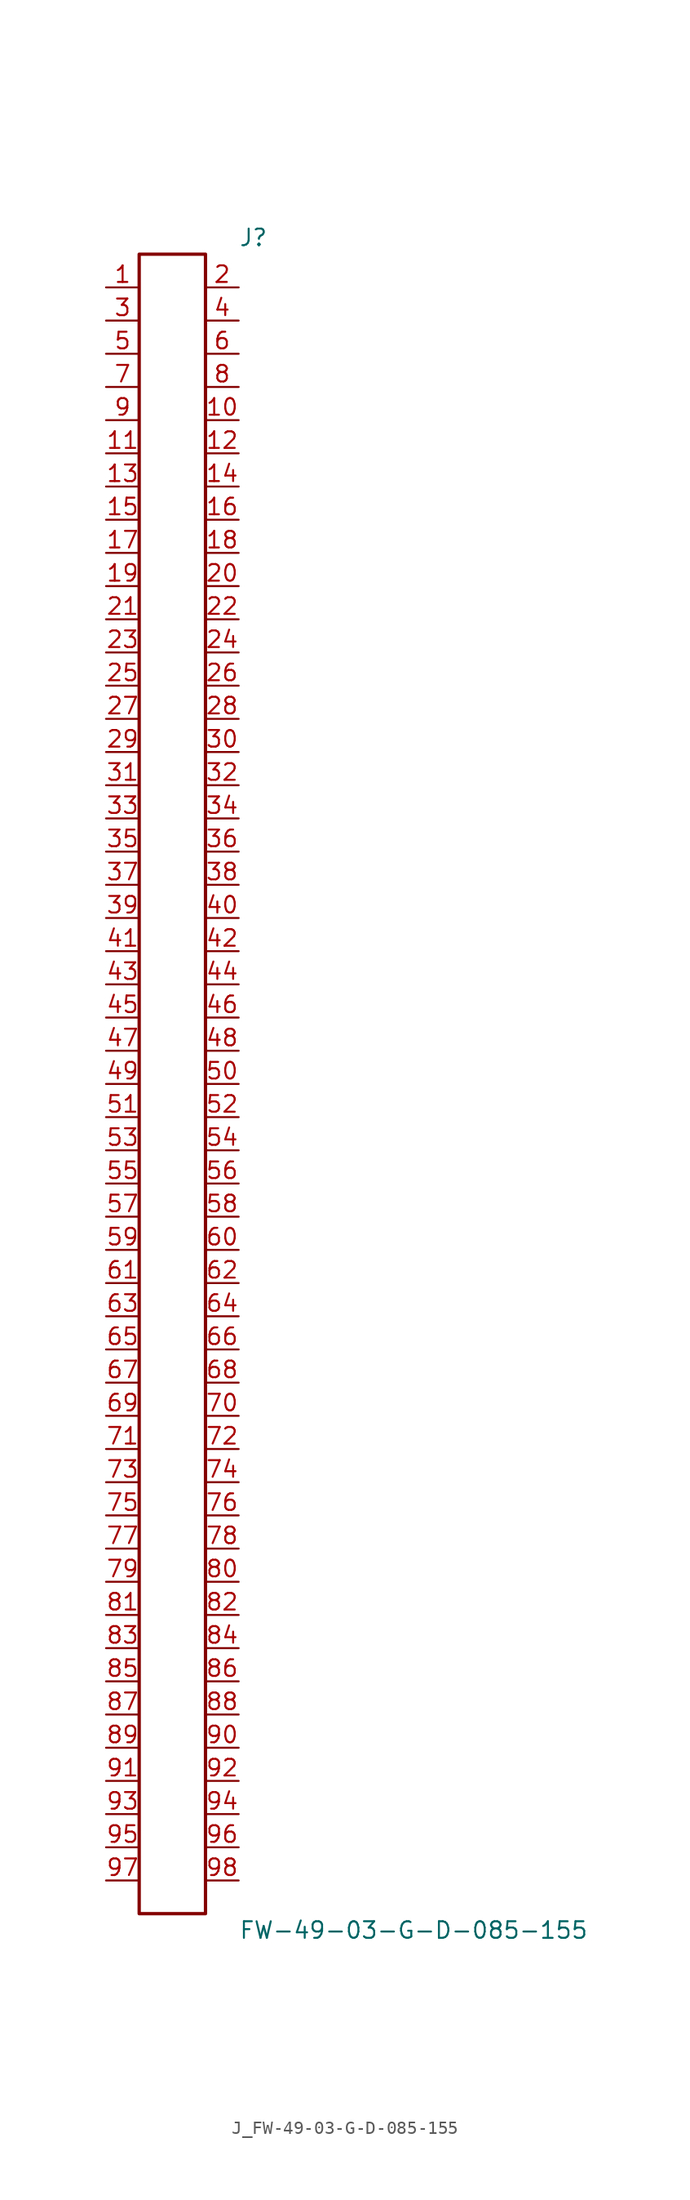
<source format=kicad_sym>
(kicad_symbol_lib
  (version 20231120)
  (generator kicad_symbol_editor)
  (generator_version 8.0)
  (symbol "J_FW-49-03-G-D-085-155"
    (pin_names
      (offset 0.254))
    (property "Reference" "J"
      (at 5.08 64.77 0)
      (effects (font (size 1.27 1.27)) (justify left)))
    (property "Value" "FW-49-03-G-D-085-155"
      (at 5.08 -64.77 0)
      (effects (font (size 1.27 1.27)) (justify left)))
    (symbol "J_FW-49-03-G-D-085-155_0_0"
      (pin unspecified line (at -5.08 60.96 0) (length 2.54) (name "" (effects (font (size 1.27 1.27)))) (number "1" (effects (font (size 1.27 1.27)))))
      (pin unspecified line (at 5.08 60.96 180) (length 2.54) (name "" (effects (font (size 1.27 1.27)))) (number "2" (effects (font (size 1.27 1.27)))))
      (pin unspecified line (at -5.08 58.42 0) (length 2.54) (name "" (effects (font (size 1.27 1.27)))) (number "3" (effects (font (size 1.27 1.27)))))
      (pin unspecified line (at 5.08 58.42 180) (length 2.54) (name "" (effects (font (size 1.27 1.27)))) (number "4" (effects (font (size 1.27 1.27)))))
      (pin unspecified line (at -5.08 55.88 0) (length 2.54) (name "" (effects (font (size 1.27 1.27)))) (number "5" (effects (font (size 1.27 1.27)))))
      (pin unspecified line (at 5.08 55.88 180) (length 2.54) (name "" (effects (font (size 1.27 1.27)))) (number "6" (effects (font (size 1.27 1.27)))))
      (pin unspecified line (at -5.08 53.34 0) (length 2.54) (name "" (effects (font (size 1.27 1.27)))) (number "7" (effects (font (size 1.27 1.27)))))
      (pin unspecified line (at 5.08 53.34 180) (length 2.54) (name "" (effects (font (size 1.27 1.27)))) (number "8" (effects (font (size 1.27 1.27)))))
      (pin unspecified line (at -5.08 50.8 0) (length 2.54) (name "" (effects (font (size 1.27 1.27)))) (number "9" (effects (font (size 1.27 1.27)))))
      (pin unspecified line (at 5.08 50.8 180) (length 2.54) (name "" (effects (font (size 1.27 1.27)))) (number "10" (effects (font (size 1.27 1.27)))))
      (pin unspecified line (at -5.08 48.26 0) (length 2.54) (name "" (effects (font (size 1.27 1.27)))) (number "11" (effects (font (size 1.27 1.27)))))
      (pin unspecified line (at 5.08 48.26 180) (length 2.54) (name "" (effects (font (size 1.27 1.27)))) (number "12" (effects (font (size 1.27 1.27)))))
      (pin unspecified line (at -5.08 45.72 0) (length 2.54) (name "" (effects (font (size 1.27 1.27)))) (number "13" (effects (font (size 1.27 1.27)))))
      (pin unspecified line (at 5.08 45.72 180) (length 2.54) (name "" (effects (font (size 1.27 1.27)))) (number "14" (effects (font (size 1.27 1.27)))))
      (pin unspecified line (at -5.08 43.18 0) (length 2.54) (name "" (effects (font (size 1.27 1.27)))) (number "15" (effects (font (size 1.27 1.27)))))
      (pin unspecified line (at 5.08 43.18 180) (length 2.54) (name "" (effects (font (size 1.27 1.27)))) (number "16" (effects (font (size 1.27 1.27)))))
      (pin unspecified line (at -5.08 40.64 0) (length 2.54) (name "" (effects (font (size 1.27 1.27)))) (number "17" (effects (font (size 1.27 1.27)))))
      (pin unspecified line (at 5.08 40.64 180) (length 2.54) (name "" (effects (font (size 1.27 1.27)))) (number "18" (effects (font (size 1.27 1.27)))))
      (pin unspecified line (at -5.08 38.1 0) (length 2.54) (name "" (effects (font (size 1.27 1.27)))) (number "19" (effects (font (size 1.27 1.27)))))
      (pin unspecified line (at 5.08 38.1 180) (length 2.54) (name "" (effects (font (size 1.27 1.27)))) (number "20" (effects (font (size 1.27 1.27)))))
      (pin unspecified line (at -5.08 35.56 0) (length 2.54) (name "" (effects (font (size 1.27 1.27)))) (number "21" (effects (font (size 1.27 1.27)))))
      (pin unspecified line (at 5.08 35.56 180) (length 2.54) (name "" (effects (font (size 1.27 1.27)))) (number "22" (effects (font (size 1.27 1.27)))))
      (pin unspecified line (at -5.08 33.02 0) (length 2.54) (name "" (effects (font (size 1.27 1.27)))) (number "23" (effects (font (size 1.27 1.27)))))
      (pin unspecified line (at 5.08 33.02 180) (length 2.54) (name "" (effects (font (size 1.27 1.27)))) (number "24" (effects (font (size 1.27 1.27)))))
      (pin unspecified line (at -5.08 30.48 0) (length 2.54) (name "" (effects (font (size 1.27 1.27)))) (number "25" (effects (font (size 1.27 1.27)))))
      (pin unspecified line (at 5.08 30.48 180) (length 2.54) (name "" (effects (font (size 1.27 1.27)))) (number "26" (effects (font (size 1.27 1.27)))))
      (pin unspecified line (at -5.08 27.94 0) (length 2.54) (name "" (effects (font (size 1.27 1.27)))) (number "27" (effects (font (size 1.27 1.27)))))
      (pin unspecified line (at 5.08 27.94 180) (length 2.54) (name "" (effects (font (size 1.27 1.27)))) (number "28" (effects (font (size 1.27 1.27)))))
      (pin unspecified line (at -5.08 25.4 0) (length 2.54) (name "" (effects (font (size 1.27 1.27)))) (number "29" (effects (font (size 1.27 1.27)))))
      (pin unspecified line (at 5.08 25.4 180) (length 2.54) (name "" (effects (font (size 1.27 1.27)))) (number "30" (effects (font (size 1.27 1.27)))))
      (pin unspecified line (at -5.08 22.86 0) (length 2.54) (name "" (effects (font (size 1.27 1.27)))) (number "31" (effects (font (size 1.27 1.27)))))
      (pin unspecified line (at 5.08 22.86 180) (length 2.54) (name "" (effects (font (size 1.27 1.27)))) (number "32" (effects (font (size 1.27 1.27)))))
      (pin unspecified line (at -5.08 20.32 0) (length 2.54) (name "" (effects (font (size 1.27 1.27)))) (number "33" (effects (font (size 1.27 1.27)))))
      (pin unspecified line (at 5.08 20.32 180) (length 2.54) (name "" (effects (font (size 1.27 1.27)))) (number "34" (effects (font (size 1.27 1.27)))))
      (pin unspecified line (at -5.08 17.78 0) (length 2.54) (name "" (effects (font (size 1.27 1.27)))) (number "35" (effects (font (size 1.27 1.27)))))
      (pin unspecified line (at 5.08 17.78 180) (length 2.54) (name "" (effects (font (size 1.27 1.27)))) (number "36" (effects (font (size 1.27 1.27)))))
      (pin unspecified line (at -5.08 15.24 0) (length 2.54) (name "" (effects (font (size 1.27 1.27)))) (number "37" (effects (font (size 1.27 1.27)))))
      (pin unspecified line (at 5.08 15.24 180) (length 2.54) (name "" (effects (font (size 1.27 1.27)))) (number "38" (effects (font (size 1.27 1.27)))))
      (pin unspecified line (at -5.08 12.7 0) (length 2.54) (name "" (effects (font (size 1.27 1.27)))) (number "39" (effects (font (size 1.27 1.27)))))
      (pin unspecified line (at 5.08 12.7 180) (length 2.54) (name "" (effects (font (size 1.27 1.27)))) (number "40" (effects (font (size 1.27 1.27)))))
      (pin unspecified line (at -5.08 10.16 0) (length 2.54) (name "" (effects (font (size 1.27 1.27)))) (number "41" (effects (font (size 1.27 1.27)))))
      (pin unspecified line (at 5.08 10.16 180) (length 2.54) (name "" (effects (font (size 1.27 1.27)))) (number "42" (effects (font (size 1.27 1.27)))))
      (pin unspecified line (at -5.08 7.62 0) (length 2.54) (name "" (effects (font (size 1.27 1.27)))) (number "43" (effects (font (size 1.27 1.27)))))
      (pin unspecified line (at 5.08 7.62 180) (length 2.54) (name "" (effects (font (size 1.27 1.27)))) (number "44" (effects (font (size 1.27 1.27)))))
      (pin unspecified line (at -5.08 5.08 0) (length 2.54) (name "" (effects (font (size 1.27 1.27)))) (number "45" (effects (font (size 1.27 1.27)))))
      (pin unspecified line (at 5.08 5.08 180) (length 2.54) (name "" (effects (font (size 1.27 1.27)))) (number "46" (effects (font (size 1.27 1.27)))))
      (pin unspecified line (at -5.08 2.54 0) (length 2.54) (name "" (effects (font (size 1.27 1.27)))) (number "47" (effects (font (size 1.27 1.27)))))
      (pin unspecified line (at 5.08 2.54 180) (length 2.54) (name "" (effects (font (size 1.27 1.27)))) (number "48" (effects (font (size 1.27 1.27)))))
      (pin unspecified line (at -5.08 0.0 0) (length 2.54) (name "" (effects (font (size 1.27 1.27)))) (number "49" (effects (font (size 1.27 1.27)))))
      (pin unspecified line (at 5.08 0.0 180) (length 2.54) (name "" (effects (font (size 1.27 1.27)))) (number "50" (effects (font (size 1.27 1.27)))))
      (pin unspecified line (at -5.08 -2.54 0) (length 2.54) (name "" (effects (font (size 1.27 1.27)))) (number "51" (effects (font (size 1.27 1.27)))))
      (pin unspecified line (at 5.08 -2.54 180) (length 2.54) (name "" (effects (font (size 1.27 1.27)))) (number "52" (effects (font (size 1.27 1.27)))))
      (pin unspecified line (at -5.08 -5.08 0) (length 2.54) (name "" (effects (font (size 1.27 1.27)))) (number "53" (effects (font (size 1.27 1.27)))))
      (pin unspecified line (at 5.08 -5.08 180) (length 2.54) (name "" (effects (font (size 1.27 1.27)))) (number "54" (effects (font (size 1.27 1.27)))))
      (pin unspecified line (at -5.08 -7.62 0) (length 2.54) (name "" (effects (font (size 1.27 1.27)))) (number "55" (effects (font (size 1.27 1.27)))))
      (pin unspecified line (at 5.08 -7.62 180) (length 2.54) (name "" (effects (font (size 1.27 1.27)))) (number "56" (effects (font (size 1.27 1.27)))))
      (pin unspecified line (at -5.08 -10.16 0) (length 2.54) (name "" (effects (font (size 1.27 1.27)))) (number "57" (effects (font (size 1.27 1.27)))))
      (pin unspecified line (at 5.08 -10.16 180) (length 2.54) (name "" (effects (font (size 1.27 1.27)))) (number "58" (effects (font (size 1.27 1.27)))))
      (pin unspecified line (at -5.08 -12.7 0) (length 2.54) (name "" (effects (font (size 1.27 1.27)))) (number "59" (effects (font (size 1.27 1.27)))))
      (pin unspecified line (at 5.08 -12.7 180) (length 2.54) (name "" (effects (font (size 1.27 1.27)))) (number "60" (effects (font (size 1.27 1.27)))))
      (pin unspecified line (at -5.08 -15.24 0) (length 2.54) (name "" (effects (font (size 1.27 1.27)))) (number "61" (effects (font (size 1.27 1.27)))))
      (pin unspecified line (at 5.08 -15.24 180) (length 2.54) (name "" (effects (font (size 1.27 1.27)))) (number "62" (effects (font (size 1.27 1.27)))))
      (pin unspecified line (at -5.08 -17.78 0) (length 2.54) (name "" (effects (font (size 1.27 1.27)))) (number "63" (effects (font (size 1.27 1.27)))))
      (pin unspecified line (at 5.08 -17.78 180) (length 2.54) (name "" (effects (font (size 1.27 1.27)))) (number "64" (effects (font (size 1.27 1.27)))))
      (pin unspecified line (at -5.08 -20.32 0) (length 2.54) (name "" (effects (font (size 1.27 1.27)))) (number "65" (effects (font (size 1.27 1.27)))))
      (pin unspecified line (at 5.08 -20.32 180) (length 2.54) (name "" (effects (font (size 1.27 1.27)))) (number "66" (effects (font (size 1.27 1.27)))))
      (pin unspecified line (at -5.08 -22.86 0) (length 2.54) (name "" (effects (font (size 1.27 1.27)))) (number "67" (effects (font (size 1.27 1.27)))))
      (pin unspecified line (at 5.08 -22.86 180) (length 2.54) (name "" (effects (font (size 1.27 1.27)))) (number "68" (effects (font (size 1.27 1.27)))))
      (pin unspecified line (at -5.08 -25.4 0) (length 2.54) (name "" (effects (font (size 1.27 1.27)))) (number "69" (effects (font (size 1.27 1.27)))))
      (pin unspecified line (at 5.08 -25.4 180) (length 2.54) (name "" (effects (font (size 1.27 1.27)))) (number "70" (effects (font (size 1.27 1.27)))))
      (pin unspecified line (at -5.08 -27.94 0) (length 2.54) (name "" (effects (font (size 1.27 1.27)))) (number "71" (effects (font (size 1.27 1.27)))))
      (pin unspecified line (at 5.08 -27.94 180) (length 2.54) (name "" (effects (font (size 1.27 1.27)))) (number "72" (effects (font (size 1.27 1.27)))))
      (pin unspecified line (at -5.08 -30.48 0) (length 2.54) (name "" (effects (font (size 1.27 1.27)))) (number "73" (effects (font (size 1.27 1.27)))))
      (pin unspecified line (at 5.08 -30.48 180) (length 2.54) (name "" (effects (font (size 1.27 1.27)))) (number "74" (effects (font (size 1.27 1.27)))))
      (pin unspecified line (at -5.08 -33.02 0) (length 2.54) (name "" (effects (font (size 1.27 1.27)))) (number "75" (effects (font (size 1.27 1.27)))))
      (pin unspecified line (at 5.08 -33.02 180) (length 2.54) (name "" (effects (font (size 1.27 1.27)))) (number "76" (effects (font (size 1.27 1.27)))))
      (pin unspecified line (at -5.08 -35.56 0) (length 2.54) (name "" (effects (font (size 1.27 1.27)))) (number "77" (effects (font (size 1.27 1.27)))))
      (pin unspecified line (at 5.08 -35.56 180) (length 2.54) (name "" (effects (font (size 1.27 1.27)))) (number "78" (effects (font (size 1.27 1.27)))))
      (pin unspecified line (at -5.08 -38.1 0) (length 2.54) (name "" (effects (font (size 1.27 1.27)))) (number "79" (effects (font (size 1.27 1.27)))))
      (pin unspecified line (at 5.08 -38.1 180) (length 2.54) (name "" (effects (font (size 1.27 1.27)))) (number "80" (effects (font (size 1.27 1.27)))))
      (pin unspecified line (at -5.08 -40.64 0) (length 2.54) (name "" (effects (font (size 1.27 1.27)))) (number "81" (effects (font (size 1.27 1.27)))))
      (pin unspecified line (at 5.08 -40.64 180) (length 2.54) (name "" (effects (font (size 1.27 1.27)))) (number "82" (effects (font (size 1.27 1.27)))))
      (pin unspecified line (at -5.08 -43.18 0) (length 2.54) (name "" (effects (font (size 1.27 1.27)))) (number "83" (effects (font (size 1.27 1.27)))))
      (pin unspecified line (at 5.08 -43.18 180) (length 2.54) (name "" (effects (font (size 1.27 1.27)))) (number "84" (effects (font (size 1.27 1.27)))))
      (pin unspecified line (at -5.08 -45.72 0) (length 2.54) (name "" (effects (font (size 1.27 1.27)))) (number "85" (effects (font (size 1.27 1.27)))))
      (pin unspecified line (at 5.08 -45.72 180) (length 2.54) (name "" (effects (font (size 1.27 1.27)))) (number "86" (effects (font (size 1.27 1.27)))))
      (pin unspecified line (at -5.08 -48.26 0) (length 2.54) (name "" (effects (font (size 1.27 1.27)))) (number "87" (effects (font (size 1.27 1.27)))))
      (pin unspecified line (at 5.08 -48.26 180) (length 2.54) (name "" (effects (font (size 1.27 1.27)))) (number "88" (effects (font (size 1.27 1.27)))))
      (pin unspecified line (at -5.08 -50.8 0) (length 2.54) (name "" (effects (font (size 1.27 1.27)))) (number "89" (effects (font (size 1.27 1.27)))))
      (pin unspecified line (at 5.08 -50.8 180) (length 2.54) (name "" (effects (font (size 1.27 1.27)))) (number "90" (effects (font (size 1.27 1.27)))))
      (pin unspecified line (at -5.08 -53.34 0) (length 2.54) (name "" (effects (font (size 1.27 1.27)))) (number "91" (effects (font (size 1.27 1.27)))))
      (pin unspecified line (at 5.08 -53.34 180) (length 2.54) (name "" (effects (font (size 1.27 1.27)))) (number "92" (effects (font (size 1.27 1.27)))))
      (pin unspecified line (at -5.08 -55.88 0) (length 2.54) (name "" (effects (font (size 1.27 1.27)))) (number "93" (effects (font (size 1.27 1.27)))))
      (pin unspecified line (at 5.08 -55.88 180) (length 2.54) (name "" (effects (font (size 1.27 1.27)))) (number "94" (effects (font (size 1.27 1.27)))))
      (pin unspecified line (at -5.08 -58.42 0) (length 2.54) (name "" (effects (font (size 1.27 1.27)))) (number "95" (effects (font (size 1.27 1.27)))))
      (pin unspecified line (at 5.08 -58.42 180) (length 2.54) (name "" (effects (font (size 1.27 1.27)))) (number "96" (effects (font (size 1.27 1.27)))))
      (pin unspecified line (at -5.08 -60.96 0) (length 2.54) (name "" (effects (font (size 1.27 1.27)))) (number "97" (effects (font (size 1.27 1.27)))))
      (pin unspecified line (at 5.08 -60.96 180) (length 2.54) (name "" (effects (font (size 1.27 1.27)))) (number "98" (effects (font (size 1.27 1.27))))))
    (symbol "J_FW-49-03-G-D-085-155_1_0"
      (rectangle (start -2.54 63.5) (end 2.54 -63.5) (stroke (width 0.254) (type solid)) (fill (type none))))))
</source>
